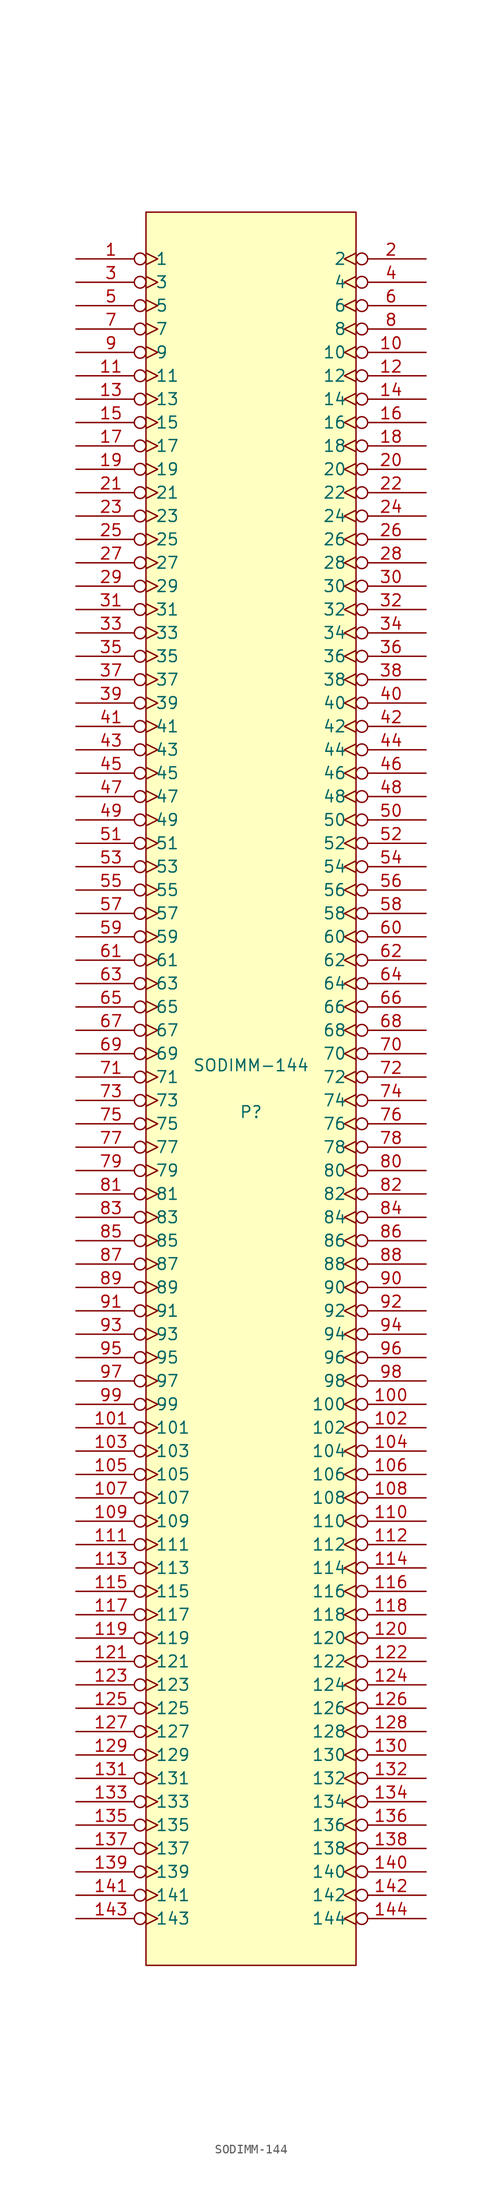
<source format=kicad_sym>
(kicad_symbol_lib
  (version 20211014)
  (generator kicad_symbol_editor)
  (symbol "SODIMM-144"
    (pin_names
      (offset 1.016))
    (property "Reference" "P"
      (at 0 -2.54 0)
      (effects (font (size 1.27 1.27))))
    (property "Value" "SODIMM-144"
      (at 0 2.54 0)
      (effects (font (size 1.27 1.27))))
    (symbol "SODIMM-144_1_0"
      (rectangle (start -11.43 -95.25) (end 11.43 95.25) (stroke (width 0) (type default) (color 0 0 0 0)) (fill (type background))))
    (symbol "SODIMM-144_1_1"
      (pin bidirectional inverted_clock (at -19.05 90.17 0) (length 7.62) (name "1" (effects (font (size 1.27 1.27)))) (number "1" (effects (font (size 1.27 1.27)))))
      (pin bidirectional inverted_clock (at 19.05 80.01 180) (length 7.62) (name "10" (effects (font (size 1.27 1.27)))) (number "10" (effects (font (size 1.27 1.27)))))
      (pin bidirectional inverted_clock (at 19.05 -34.29 180) (length 7.62) (name "100" (effects (font (size 1.27 1.27)))) (number "100" (effects (font (size 1.27 1.27)))))
      (pin bidirectional inverted_clock (at -19.05 -36.83 0) (length 7.62) (name "101" (effects (font (size 1.27 1.27)))) (number "101" (effects (font (size 1.27 1.27)))))
      (pin bidirectional inverted_clock (at 19.05 -36.83 180) (length 7.62) (name "102" (effects (font (size 1.27 1.27)))) (number "102" (effects (font (size 1.27 1.27)))))
      (pin bidirectional inverted_clock (at -19.05 -39.37 0) (length 7.62) (name "103" (effects (font (size 1.27 1.27)))) (number "103" (effects (font (size 1.27 1.27)))))
      (pin bidirectional inverted_clock (at 19.05 -39.37 180) (length 7.62) (name "104" (effects (font (size 1.27 1.27)))) (number "104" (effects (font (size 1.27 1.27)))))
      (pin bidirectional inverted_clock (at -19.05 -41.91 0) (length 7.62) (name "105" (effects (font (size 1.27 1.27)))) (number "105" (effects (font (size 1.27 1.27)))))
      (pin bidirectional inverted_clock (at 19.05 -41.91 180) (length 7.62) (name "106" (effects (font (size 1.27 1.27)))) (number "106" (effects (font (size 1.27 1.27)))))
      (pin bidirectional inverted_clock (at -19.05 -44.45 0) (length 7.62) (name "107" (effects (font (size 1.27 1.27)))) (number "107" (effects (font (size 1.27 1.27)))))
      (pin bidirectional inverted_clock (at 19.05 -44.45 180) (length 7.62) (name "108" (effects (font (size 1.27 1.27)))) (number "108" (effects (font (size 1.27 1.27)))))
      (pin bidirectional inverted_clock (at -19.05 -46.99 0) (length 7.62) (name "109" (effects (font (size 1.27 1.27)))) (number "109" (effects (font (size 1.27 1.27)))))
      (pin bidirectional inverted_clock (at -19.05 77.47 0) (length 7.62) (name "11" (effects (font (size 1.27 1.27)))) (number "11" (effects (font (size 1.27 1.27)))))
      (pin bidirectional inverted_clock (at 19.05 -46.99 180) (length 7.62) (name "110" (effects (font (size 1.27 1.27)))) (number "110" (effects (font (size 1.27 1.27)))))
      (pin bidirectional inverted_clock (at -19.05 -49.53 0) (length 7.62) (name "111" (effects (font (size 1.27 1.27)))) (number "111" (effects (font (size 1.27 1.27)))))
      (pin bidirectional inverted_clock (at 19.05 -49.53 180) (length 7.62) (name "112" (effects (font (size 1.27 1.27)))) (number "112" (effects (font (size 1.27 1.27)))))
      (pin bidirectional inverted_clock (at -19.05 -52.07 0) (length 7.62) (name "113" (effects (font (size 1.27 1.27)))) (number "113" (effects (font (size 1.27 1.27)))))
      (pin bidirectional inverted_clock (at 19.05 -52.07 180) (length 7.62) (name "114" (effects (font (size 1.27 1.27)))) (number "114" (effects (font (size 1.27 1.27)))))
      (pin bidirectional inverted_clock (at -19.05 -54.61 0) (length 7.62) (name "115" (effects (font (size 1.27 1.27)))) (number "115" (effects (font (size 1.27 1.27)))))
      (pin bidirectional inverted_clock (at 19.05 -54.61 180) (length 7.62) (name "116" (effects (font (size 1.27 1.27)))) (number "116" (effects (font (size 1.27 1.27)))))
      (pin bidirectional inverted_clock (at -19.05 -57.15 0) (length 7.62) (name "117" (effects (font (size 1.27 1.27)))) (number "117" (effects (font (size 1.27 1.27)))))
      (pin bidirectional inverted_clock (at 19.05 -57.15 180) (length 7.62) (name "118" (effects (font (size 1.27 1.27)))) (number "118" (effects (font (size 1.27 1.27)))))
      (pin bidirectional inverted_clock (at -19.05 -59.69 0) (length 7.62) (name "119" (effects (font (size 1.27 1.27)))) (number "119" (effects (font (size 1.27 1.27)))))
      (pin bidirectional inverted_clock (at 19.05 77.47 180) (length 7.62) (name "12" (effects (font (size 1.27 1.27)))) (number "12" (effects (font (size 1.27 1.27)))))
      (pin bidirectional inverted_clock (at 19.05 -59.69 180) (length 7.62) (name "120" (effects (font (size 1.27 1.27)))) (number "120" (effects (font (size 1.27 1.27)))))
      (pin bidirectional inverted_clock (at -19.05 -62.23 0) (length 7.62) (name "121" (effects (font (size 1.27 1.27)))) (number "121" (effects (font (size 1.27 1.27)))))
      (pin bidirectional inverted_clock (at 19.05 -62.23 180) (length 7.62) (name "122" (effects (font (size 1.27 1.27)))) (number "122" (effects (font (size 1.27 1.27)))))
      (pin bidirectional inverted_clock (at -19.05 -64.77 0) (length 7.62) (name "123" (effects (font (size 1.27 1.27)))) (number "123" (effects (font (size 1.27 1.27)))))
      (pin bidirectional inverted_clock (at 19.05 -64.77 180) (length 7.62) (name "124" (effects (font (size 1.27 1.27)))) (number "124" (effects (font (size 1.27 1.27)))))
      (pin bidirectional inverted_clock (at -19.05 -67.31 0) (length 7.62) (name "125" (effects (font (size 1.27 1.27)))) (number "125" (effects (font (size 1.27 1.27)))))
      (pin bidirectional inverted_clock (at 19.05 -67.31 180) (length 7.62) (name "126" (effects (font (size 1.27 1.27)))) (number "126" (effects (font (size 1.27 1.27)))))
      (pin bidirectional inverted_clock (at -19.05 -69.85 0) (length 7.62) (name "127" (effects (font (size 1.27 1.27)))) (number "127" (effects (font (size 1.27 1.27)))))
      (pin bidirectional inverted_clock (at 19.05 -69.85 180) (length 7.62) (name "128" (effects (font (size 1.27 1.27)))) (number "128" (effects (font (size 1.27 1.27)))))
      (pin bidirectional inverted_clock (at -19.05 -72.39 0) (length 7.62) (name "129" (effects (font (size 1.27 1.27)))) (number "129" (effects (font (size 1.27 1.27)))))
      (pin bidirectional inverted_clock (at -19.05 74.93 0) (length 7.62) (name "13" (effects (font (size 1.27 1.27)))) (number "13" (effects (font (size 1.27 1.27)))))
      (pin bidirectional inverted_clock (at 19.05 -72.39 180) (length 7.62) (name "130" (effects (font (size 1.27 1.27)))) (number "130" (effects (font (size 1.27 1.27)))))
      (pin bidirectional inverted_clock (at -19.05 -74.93 0) (length 7.62) (name "131" (effects (font (size 1.27 1.27)))) (number "131" (effects (font (size 1.27 1.27)))))
      (pin bidirectional inverted_clock (at 19.05 -74.93 180) (length 7.62) (name "132" (effects (font (size 1.27 1.27)))) (number "132" (effects (font (size 1.27 1.27)))))
      (pin bidirectional inverted_clock (at -19.05 -77.47 0) (length 7.62) (name "133" (effects (font (size 1.27 1.27)))) (number "133" (effects (font (size 1.27 1.27)))))
      (pin bidirectional inverted_clock (at 19.05 -77.47 180) (length 7.62) (name "134" (effects (font (size 1.27 1.27)))) (number "134" (effects (font (size 1.27 1.27)))))
      (pin bidirectional inverted_clock (at -19.05 -80.01 0) (length 7.62) (name "135" (effects (font (size 1.27 1.27)))) (number "135" (effects (font (size 1.27 1.27)))))
      (pin bidirectional inverted_clock (at 19.05 -80.01 180) (length 7.62) (name "136" (effects (font (size 1.27 1.27)))) (number "136" (effects (font (size 1.27 1.27)))))
      (pin bidirectional inverted_clock (at -19.05 -82.55 0) (length 7.62) (name "137" (effects (font (size 1.27 1.27)))) (number "137" (effects (font (size 1.27 1.27)))))
      (pin bidirectional inverted_clock (at 19.05 -82.55 180) (length 7.62) (name "138" (effects (font (size 1.27 1.27)))) (number "138" (effects (font (size 1.27 1.27)))))
      (pin bidirectional inverted_clock (at -19.05 -85.09 0) (length 7.62) (name "139" (effects (font (size 1.27 1.27)))) (number "139" (effects (font (size 1.27 1.27)))))
      (pin bidirectional inverted_clock (at 19.05 74.93 180) (length 7.62) (name "14" (effects (font (size 1.27 1.27)))) (number "14" (effects (font (size 1.27 1.27)))))
      (pin bidirectional inverted_clock (at 19.05 -85.09 180) (length 7.62) (name "140" (effects (font (size 1.27 1.27)))) (number "140" (effects (font (size 1.27 1.27)))))
      (pin bidirectional inverted_clock (at -19.05 -87.63 0) (length 7.62) (name "141" (effects (font (size 1.27 1.27)))) (number "141" (effects (font (size 1.27 1.27)))))
      (pin bidirectional inverted_clock (at 19.05 -87.63 180) (length 7.62) (name "142" (effects (font (size 1.27 1.27)))) (number "142" (effects (font (size 1.27 1.27)))))
      (pin bidirectional inverted_clock (at -19.05 -90.17 0) (length 7.62) (name "143" (effects (font (size 1.27 1.27)))) (number "143" (effects (font (size 1.27 1.27)))))
      (pin bidirectional inverted_clock (at 19.05 -90.17 180) (length 7.62) (name "144" (effects (font (size 1.27 1.27)))) (number "144" (effects (font (size 1.27 1.27)))))
      (pin bidirectional inverted_clock (at -19.05 72.39 0) (length 7.62) (name "15" (effects (font (size 1.27 1.27)))) (number "15" (effects (font (size 1.27 1.27)))))
      (pin bidirectional inverted_clock (at 19.05 72.39 180) (length 7.62) (name "16" (effects (font (size 1.27 1.27)))) (number "16" (effects (font (size 1.27 1.27)))))
      (pin bidirectional inverted_clock (at -19.05 69.85 0) (length 7.62) (name "17" (effects (font (size 1.27 1.27)))) (number "17" (effects (font (size 1.27 1.27)))))
      (pin bidirectional inverted_clock (at 19.05 69.85 180) (length 7.62) (name "18" (effects (font (size 1.27 1.27)))) (number "18" (effects (font (size 1.27 1.27)))))
      (pin bidirectional inverted_clock (at -19.05 67.31 0) (length 7.62) (name "19" (effects (font (size 1.27 1.27)))) (number "19" (effects (font (size 1.27 1.27)))))
      (pin bidirectional inverted_clock (at 19.05 90.17 180) (length 7.62) (name "2" (effects (font (size 1.27 1.27)))) (number "2" (effects (font (size 1.27 1.27)))))
      (pin bidirectional inverted_clock (at 19.05 67.31 180) (length 7.62) (name "20" (effects (font (size 1.27 1.27)))) (number "20" (effects (font (size 1.27 1.27)))))
      (pin bidirectional inverted_clock (at -19.05 64.77 0) (length 7.62) (name "21" (effects (font (size 1.27 1.27)))) (number "21" (effects (font (size 1.27 1.27)))))
      (pin bidirectional inverted_clock (at 19.05 64.77 180) (length 7.62) (name "22" (effects (font (size 1.27 1.27)))) (number "22" (effects (font (size 1.27 1.27)))))
      (pin bidirectional inverted_clock (at -19.05 62.23 0) (length 7.62) (name "23" (effects (font (size 1.27 1.27)))) (number "23" (effects (font (size 1.27 1.27)))))
      (pin bidirectional inverted_clock (at 19.05 62.23 180) (length 7.62) (name "24" (effects (font (size 1.27 1.27)))) (number "24" (effects (font (size 1.27 1.27)))))
      (pin bidirectional inverted_clock (at -19.05 59.69 0) (length 7.62) (name "25" (effects (font (size 1.27 1.27)))) (number "25" (effects (font (size 1.27 1.27)))))
      (pin bidirectional inverted_clock (at 19.05 59.69 180) (length 7.62) (name "26" (effects (font (size 1.27 1.27)))) (number "26" (effects (font (size 1.27 1.27)))))
      (pin bidirectional inverted_clock (at -19.05 57.15 0) (length 7.62) (name "27" (effects (font (size 1.27 1.27)))) (number "27" (effects (font (size 1.27 1.27)))))
      (pin bidirectional inverted_clock (at 19.05 57.15 180) (length 7.62) (name "28" (effects (font (size 1.27 1.27)))) (number "28" (effects (font (size 1.27 1.27)))))
      (pin bidirectional inverted_clock (at -19.05 54.61 0) (length 7.62) (name "29" (effects (font (size 1.27 1.27)))) (number "29" (effects (font (size 1.27 1.27)))))
      (pin bidirectional inverted_clock (at -19.05 87.63 0) (length 7.62) (name "3" (effects (font (size 1.27 1.27)))) (number "3" (effects (font (size 1.27 1.27)))))
      (pin bidirectional inverted_clock (at 19.05 54.61 180) (length 7.62) (name "30" (effects (font (size 1.27 1.27)))) (number "30" (effects (font (size 1.27 1.27)))))
      (pin bidirectional inverted_clock (at -19.05 52.07 0) (length 7.62) (name "31" (effects (font (size 1.27 1.27)))) (number "31" (effects (font (size 1.27 1.27)))))
      (pin bidirectional inverted_clock (at 19.05 52.07 180) (length 7.62) (name "32" (effects (font (size 1.27 1.27)))) (number "32" (effects (font (size 1.27 1.27)))))
      (pin bidirectional inverted_clock (at -19.05 49.53 0) (length 7.62) (name "33" (effects (font (size 1.27 1.27)))) (number "33" (effects (font (size 1.27 1.27)))))
      (pin bidirectional inverted_clock (at 19.05 49.53 180) (length 7.62) (name "34" (effects (font (size 1.27 1.27)))) (number "34" (effects (font (size 1.27 1.27)))))
      (pin bidirectional inverted_clock (at -19.05 46.99 0) (length 7.62) (name "35" (effects (font (size 1.27 1.27)))) (number "35" (effects (font (size 1.27 1.27)))))
      (pin bidirectional inverted_clock (at 19.05 46.99 180) (length 7.62) (name "36" (effects (font (size 1.27 1.27)))) (number "36" (effects (font (size 1.27 1.27)))))
      (pin bidirectional inverted_clock (at -19.05 44.45 0) (length 7.62) (name "37" (effects (font (size 1.27 1.27)))) (number "37" (effects (font (size 1.27 1.27)))))
      (pin bidirectional inverted_clock (at 19.05 44.45 180) (length 7.62) (name "38" (effects (font (size 1.27 1.27)))) (number "38" (effects (font (size 1.27 1.27)))))
      (pin bidirectional inverted_clock (at -19.05 41.91 0) (length 7.62) (name "39" (effects (font (size 1.27 1.27)))) (number "39" (effects (font (size 1.27 1.27)))))
      (pin bidirectional inverted_clock (at 19.05 87.63 180) (length 7.62) (name "4" (effects (font (size 1.27 1.27)))) (number "4" (effects (font (size 1.27 1.27)))))
      (pin bidirectional inverted_clock (at 19.05 41.91 180) (length 7.62) (name "40" (effects (font (size 1.27 1.27)))) (number "40" (effects (font (size 1.27 1.27)))))
      (pin bidirectional inverted_clock (at -19.05 39.37 0) (length 7.62) (name "41" (effects (font (size 1.27 1.27)))) (number "41" (effects (font (size 1.27 1.27)))))
      (pin bidirectional inverted_clock (at 19.05 39.37 180) (length 7.62) (name "42" (effects (font (size 1.27 1.27)))) (number "42" (effects (font (size 1.27 1.27)))))
      (pin bidirectional inverted_clock (at -19.05 36.83 0) (length 7.62) (name "43" (effects (font (size 1.27 1.27)))) (number "43" (effects (font (size 1.27 1.27)))))
      (pin bidirectional inverted_clock (at 19.05 36.83 180) (length 7.62) (name "44" (effects (font (size 1.27 1.27)))) (number "44" (effects (font (size 1.27 1.27)))))
      (pin bidirectional inverted_clock (at -19.05 34.29 0) (length 7.62) (name "45" (effects (font (size 1.27 1.27)))) (number "45" (effects (font (size 1.27 1.27)))))
      (pin bidirectional inverted_clock (at 19.05 34.29 180) (length 7.62) (name "46" (effects (font (size 1.27 1.27)))) (number "46" (effects (font (size 1.27 1.27)))))
      (pin bidirectional inverted_clock (at -19.05 31.75 0) (length 7.62) (name "47" (effects (font (size 1.27 1.27)))) (number "47" (effects (font (size 1.27 1.27)))))
      (pin bidirectional inverted_clock (at 19.05 31.75 180) (length 7.62) (name "48" (effects (font (size 1.27 1.27)))) (number "48" (effects (font (size 1.27 1.27)))))
      (pin bidirectional inverted_clock (at -19.05 29.21 0) (length 7.62) (name "49" (effects (font (size 1.27 1.27)))) (number "49" (effects (font (size 1.27 1.27)))))
      (pin bidirectional inverted_clock (at -19.05 85.09 0) (length 7.62) (name "5" (effects (font (size 1.27 1.27)))) (number "5" (effects (font (size 1.27 1.27)))))
      (pin bidirectional inverted_clock (at 19.05 29.21 180) (length 7.62) (name "50" (effects (font (size 1.27 1.27)))) (number "50" (effects (font (size 1.27 1.27)))))
      (pin bidirectional inverted_clock (at -19.05 26.67 0) (length 7.62) (name "51" (effects (font (size 1.27 1.27)))) (number "51" (effects (font (size 1.27 1.27)))))
      (pin bidirectional inverted_clock (at 19.05 26.67 180) (length 7.62) (name "52" (effects (font (size 1.27 1.27)))) (number "52" (effects (font (size 1.27 1.27)))))
      (pin bidirectional inverted_clock (at -19.05 24.13 0) (length 7.62) (name "53" (effects (font (size 1.27 1.27)))) (number "53" (effects (font (size 1.27 1.27)))))
      (pin bidirectional inverted_clock (at 19.05 24.13 180) (length 7.62) (name "54" (effects (font (size 1.27 1.27)))) (number "54" (effects (font (size 1.27 1.27)))))
      (pin bidirectional inverted_clock (at -19.05 21.59 0) (length 7.62) (name "55" (effects (font (size 1.27 1.27)))) (number "55" (effects (font (size 1.27 1.27)))))
      (pin bidirectional inverted_clock (at 19.05 21.59 180) (length 7.62) (name "56" (effects (font (size 1.27 1.27)))) (number "56" (effects (font (size 1.27 1.27)))))
      (pin bidirectional inverted_clock (at -19.05 19.05 0) (length 7.62) (name "57" (effects (font (size 1.27 1.27)))) (number "57" (effects (font (size 1.27 1.27)))))
      (pin bidirectional inverted_clock (at 19.05 19.05 180) (length 7.62) (name "58" (effects (font (size 1.27 1.27)))) (number "58" (effects (font (size 1.27 1.27)))))
      (pin bidirectional inverted_clock (at -19.05 16.51 0) (length 7.62) (name "59" (effects (font (size 1.27 1.27)))) (number "59" (effects (font (size 1.27 1.27)))))
      (pin bidirectional inverted_clock (at 19.05 85.09 180) (length 7.62) (name "6" (effects (font (size 1.27 1.27)))) (number "6" (effects (font (size 1.27 1.27)))))
      (pin bidirectional inverted_clock (at 19.05 16.51 180) (length 7.62) (name "60" (effects (font (size 1.27 1.27)))) (number "60" (effects (font (size 1.27 1.27)))))
      (pin bidirectional inverted_clock (at -19.05 13.97 0) (length 7.62) (name "61" (effects (font (size 1.27 1.27)))) (number "61" (effects (font (size 1.27 1.27)))))
      (pin bidirectional inverted_clock (at 19.05 13.97 180) (length 7.62) (name "62" (effects (font (size 1.27 1.27)))) (number "62" (effects (font (size 1.27 1.27)))))
      (pin bidirectional inverted_clock (at -19.05 11.43 0) (length 7.62) (name "63" (effects (font (size 1.27 1.27)))) (number "63" (effects (font (size 1.27 1.27)))))
      (pin bidirectional inverted_clock (at 19.05 11.43 180) (length 7.62) (name "64" (effects (font (size 1.27 1.27)))) (number "64" (effects (font (size 1.27 1.27)))))
      (pin bidirectional inverted_clock (at -19.05 8.89 0) (length 7.62) (name "65" (effects (font (size 1.27 1.27)))) (number "65" (effects (font (size 1.27 1.27)))))
      (pin bidirectional inverted_clock (at 19.05 8.89 180) (length 7.62) (name "66" (effects (font (size 1.27 1.27)))) (number "66" (effects (font (size 1.27 1.27)))))
      (pin bidirectional inverted_clock (at -19.05 6.35 0) (length 7.62) (name "67" (effects (font (size 1.27 1.27)))) (number "67" (effects (font (size 1.27 1.27)))))
      (pin bidirectional inverted_clock (at 19.05 6.35 180) (length 7.62) (name "68" (effects (font (size 1.27 1.27)))) (number "68" (effects (font (size 1.27 1.27)))))
      (pin bidirectional inverted_clock (at -19.05 3.81 0) (length 7.62) (name "69" (effects (font (size 1.27 1.27)))) (number "69" (effects (font (size 1.27 1.27)))))
      (pin bidirectional inverted_clock (at -19.05 82.55 0) (length 7.62) (name "7" (effects (font (size 1.27 1.27)))) (number "7" (effects (font (size 1.27 1.27)))))
      (pin bidirectional inverted_clock (at 19.05 3.81 180) (length 7.62) (name "70" (effects (font (size 1.27 1.27)))) (number "70" (effects (font (size 1.27 1.27)))))
      (pin bidirectional inverted_clock (at -19.05 1.27 0) (length 7.62) (name "71" (effects (font (size 1.27 1.27)))) (number "71" (effects (font (size 1.27 1.27)))))
      (pin bidirectional inverted_clock (at 19.05 1.27 180) (length 7.62) (name "72" (effects (font (size 1.27 1.27)))) (number "72" (effects (font (size 1.27 1.27)))))
      (pin bidirectional inverted_clock (at -19.05 -1.27 0) (length 7.62) (name "73" (effects (font (size 1.27 1.27)))) (number "73" (effects (font (size 1.27 1.27)))))
      (pin bidirectional inverted_clock (at 19.05 -1.27 180) (length 7.62) (name "74" (effects (font (size 1.27 1.27)))) (number "74" (effects (font (size 1.27 1.27)))))
      (pin bidirectional inverted_clock (at -19.05 -3.81 0) (length 7.62) (name "75" (effects (font (size 1.27 1.27)))) (number "75" (effects (font (size 1.27 1.27)))))
      (pin bidirectional inverted_clock (at 19.05 -3.81 180) (length 7.62) (name "76" (effects (font (size 1.27 1.27)))) (number "76" (effects (font (size 1.27 1.27)))))
      (pin bidirectional inverted_clock (at -19.05 -6.35 0) (length 7.62) (name "77" (effects (font (size 1.27 1.27)))) (number "77" (effects (font (size 1.27 1.27)))))
      (pin bidirectional inverted_clock (at 19.05 -6.35 180) (length 7.62) (name "78" (effects (font (size 1.27 1.27)))) (number "78" (effects (font (size 1.27 1.27)))))
      (pin bidirectional inverted_clock (at -19.05 -8.89 0) (length 7.62) (name "79" (effects (font (size 1.27 1.27)))) (number "79" (effects (font (size 1.27 1.27)))))
      (pin bidirectional inverted_clock (at 19.05 82.55 180) (length 7.62) (name "8" (effects (font (size 1.27 1.27)))) (number "8" (effects (font (size 1.27 1.27)))))
      (pin bidirectional inverted_clock (at 19.05 -8.89 180) (length 7.62) (name "80" (effects (font (size 1.27 1.27)))) (number "80" (effects (font (size 1.27 1.27)))))
      (pin bidirectional inverted_clock (at -19.05 -11.43 0) (length 7.62) (name "81" (effects (font (size 1.27 1.27)))) (number "81" (effects (font (size 1.27 1.27)))))
      (pin bidirectional inverted_clock (at 19.05 -11.43 180) (length 7.62) (name "82" (effects (font (size 1.27 1.27)))) (number "82" (effects (font (size 1.27 1.27)))))
      (pin bidirectional inverted_clock (at -19.05 -13.97 0) (length 7.62) (name "83" (effects (font (size 1.27 1.27)))) (number "83" (effects (font (size 1.27 1.27)))))
      (pin bidirectional inverted_clock (at 19.05 -13.97 180) (length 7.62) (name "84" (effects (font (size 1.27 1.27)))) (number "84" (effects (font (size 1.27 1.27)))))
      (pin bidirectional inverted_clock (at -19.05 -16.51 0) (length 7.62) (name "85" (effects (font (size 1.27 1.27)))) (number "85" (effects (font (size 1.27 1.27)))))
      (pin bidirectional inverted_clock (at 19.05 -16.51 180) (length 7.62) (name "86" (effects (font (size 1.27 1.27)))) (number "86" (effects (font (size 1.27 1.27)))))
      (pin bidirectional inverted_clock (at -19.05 -19.05 0) (length 7.62) (name "87" (effects (font (size 1.27 1.27)))) (number "87" (effects (font (size 1.27 1.27)))))
      (pin bidirectional inverted_clock (at 19.05 -19.05 180) (length 7.62) (name "88" (effects (font (size 1.27 1.27)))) (number "88" (effects (font (size 1.27 1.27)))))
      (pin bidirectional inverted_clock (at -19.05 -21.59 0) (length 7.62) (name "89" (effects (font (size 1.27 1.27)))) (number "89" (effects (font (size 1.27 1.27)))))
      (pin bidirectional inverted_clock (at -19.05 80.01 0) (length 7.62) (name "9" (effects (font (size 1.27 1.27)))) (number "9" (effects (font (size 1.27 1.27)))))
      (pin bidirectional inverted_clock (at 19.05 -21.59 180) (length 7.62) (name "90" (effects (font (size 1.27 1.27)))) (number "90" (effects (font (size 1.27 1.27)))))
      (pin bidirectional inverted_clock (at -19.05 -24.13 0) (length 7.62) (name "91" (effects (font (size 1.27 1.27)))) (number "91" (effects (font (size 1.27 1.27)))))
      (pin bidirectional inverted_clock (at 19.05 -24.13 180) (length 7.62) (name "92" (effects (font (size 1.27 1.27)))) (number "92" (effects (font (size 1.27 1.27)))))
      (pin bidirectional inverted_clock (at -19.05 -26.67 0) (length 7.62) (name "93" (effects (font (size 1.27 1.27)))) (number "93" (effects (font (size 1.27 1.27)))))
      (pin bidirectional inverted_clock (at 19.05 -26.67 180) (length 7.62) (name "94" (effects (font (size 1.27 1.27)))) (number "94" (effects (font (size 1.27 1.27)))))
      (pin bidirectional inverted_clock (at -19.05 -29.21 0) (length 7.62) (name "95" (effects (font (size 1.27 1.27)))) (number "95" (effects (font (size 1.27 1.27)))))
      (pin bidirectional inverted_clock (at 19.05 -29.21 180) (length 7.62) (name "96" (effects (font (size 1.27 1.27)))) (number "96" (effects (font (size 1.27 1.27)))))
      (pin bidirectional inverted_clock (at -19.05 -31.75 0) (length 7.62) (name "97" (effects (font (size 1.27 1.27)))) (number "97" (effects (font (size 1.27 1.27)))))
      (pin bidirectional inverted_clock (at 19.05 -31.75 180) (length 7.62) (name "98" (effects (font (size 1.27 1.27)))) (number "98" (effects (font (size 1.27 1.27)))))
      (pin bidirectional inverted_clock (at -19.05 -34.29 0) (length 7.62) (name "99" (effects (font (size 1.27 1.27)))) (number "99" (effects (font (size 1.27 1.27))))))))
</source>
